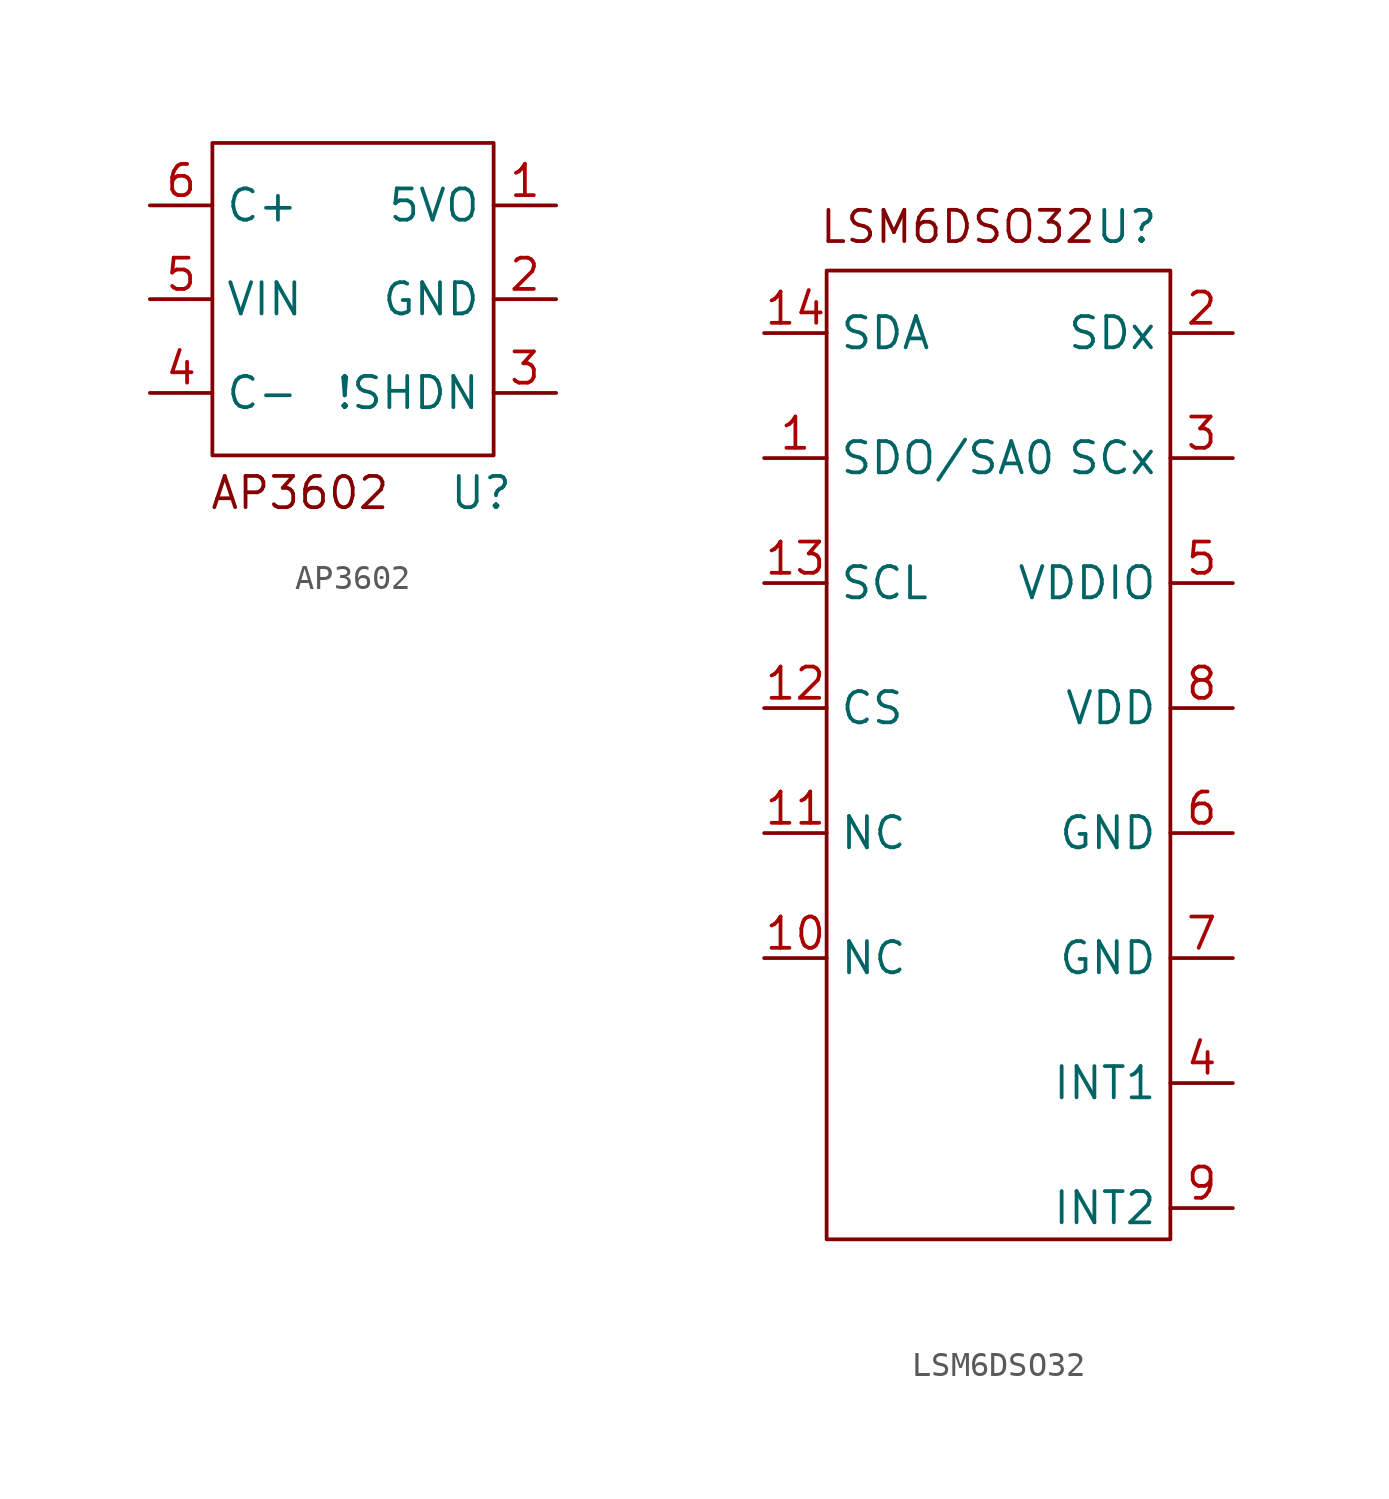
<source format=kicad_sym>
(kicad_symbol_lib
  (version 20231120)
  (generator "kicad_symbol_editor")
  (generator_version "8.0")
  (symbol "AP3602"
    (property "Reference" "U"
      (at 3.302 -14.224 0)
      (effects (font (size 1.27 1.27))))
    (property "Value" ""
      (at 0 0 0)
      (effects (font (size 1.27 1.27))))
    (symbol "AP3602_0_1"
      (rectangle (start -7.62 0) (end 3.81 -12.7) (stroke (width 0) (type default)) (fill (type none))))
    (symbol "AP3602_1_1"
      (text "AP3602" (at -4.064 -14.224 0) (effects (font (size 1.27 1.27))))
      (pin power_out line (at 6.35 -2.54 180) (length 2.54) (name "5VO" (effects (font (size 1.27 1.27)))) (number "1" (effects (font (size 1.27 1.27)))))
      (pin power_in line (at 6.35 -6.35 180) (length 2.54) (name "GND" (effects (font (size 1.27 1.27)))) (number "2" (effects (font (size 1.27 1.27)))))
      (pin input line (at 6.35 -10.16 180) (length 2.54) (name "!SHDN" (effects (font (size 1.27 1.27)))) (number "3" (effects (font (size 1.27 1.27)))))
      (pin input line (at -10.16 -10.16 0) (length 2.54) (name "C-" (effects (font (size 1.27 1.27)))) (number "4" (effects (font (size 1.27 1.27)))))
      (pin power_in line (at -10.16 -6.35 0) (length 2.54) (name "VIN" (effects (font (size 1.27 1.27)))) (number "5" (effects (font (size 1.27 1.27)))))
      (pin input line (at -10.16 -2.54 0) (length 2.54) (name "C+" (effects (font (size 1.27 1.27)))) (number "6" (effects (font (size 1.27 1.27)))))))
  (symbol "LSM6DSO32"
    (property "Reference" "U"
      (at 2.032 4.318 0)
      (effects (font (size 1.27 1.27))))
    (property "Value" ""
      (at -12.7 -3.81 90)
      (effects (font (size 1.27 1.27))))
    (symbol "LSM6DSO32_0_1"
      (rectangle (start -10.16 2.54) (end 3.81 -36.83) (stroke (width 0) (type default)) (fill (type none))))
    (symbol "LSM6DSO32_1_1"
      (text "LSM6DSO32" (at -4.826 4.318 0) (effects (font (size 1.27 1.27))))
      (pin output line (at -12.7 -5.08 0) (length 2.54) (name "SDO/SA0" (effects (font (size 1.27 1.27)))) (number "1" (effects (font (size 1.27 1.27)))))
      (pin unspecified line (at -12.7 -25.4 0) (length 2.54) (name "NC" (effects (font (size 1.27 1.27)))) (number "10" (effects (font (size 1.27 1.27)))))
      (pin unspecified line (at -12.7 -20.32 0) (length 2.54) (name "NC" (effects (font (size 1.27 1.27)))) (number "11" (effects (font (size 1.27 1.27)))))
      (pin input line (at -12.7 -15.24 0) (length 2.54) (name "CS" (effects (font (size 1.27 1.27)))) (number "12" (effects (font (size 1.27 1.27)))))
      (pin output line (at -12.7 -10.16 0) (length 2.54) (name "SCL" (effects (font (size 1.27 1.27)))) (number "13" (effects (font (size 1.27 1.27)))))
      (pin output line (at -12.7 0 0) (length 2.54) (name "SDA" (effects (font (size 1.27 1.27)))) (number "14" (effects (font (size 1.27 1.27)))))
      (pin bidirectional line (at 6.35 0 180) (length 2.54) (name "SDx" (effects (font (size 1.27 1.27)))) (number "2" (effects (font (size 1.27 1.27)))))
      (pin bidirectional line (at 6.35 -5.08 180) (length 2.54) (name "SCx" (effects (font (size 1.27 1.27)))) (number "3" (effects (font (size 1.27 1.27)))))
      (pin output line (at 6.35 -30.48 180) (length 2.54) (name "INT1" (effects (font (size 1.27 1.27)))) (number "4" (effects (font (size 1.27 1.27)))))
      (pin bidirectional line (at 6.35 -10.16 180) (length 2.54) (name "VDDIO" (effects (font (size 1.27 1.27)))) (number "5" (effects (font (size 1.27 1.27)))))
      (pin power_in line (at 6.35 -20.32 180) (length 2.54) (name "GND" (effects (font (size 1.27 1.27)))) (number "6" (effects (font (size 1.27 1.27)))))
      (pin power_in line (at 6.35 -25.4 180) (length 2.54) (name "GND" (effects (font (size 1.27 1.27)))) (number "7" (effects (font (size 1.27 1.27)))))
      (pin power_in line (at 6.35 -15.24 180) (length 2.54) (name "VDD" (effects (font (size 1.27 1.27)))) (number "8" (effects (font (size 1.27 1.27)))))
      (pin output line (at 6.35 -35.56 180) (length 2.54) (name "INT2" (effects (font (size 1.27 1.27)))) (number "9" (effects (font (size 1.27 1.27))))))))
</source>
